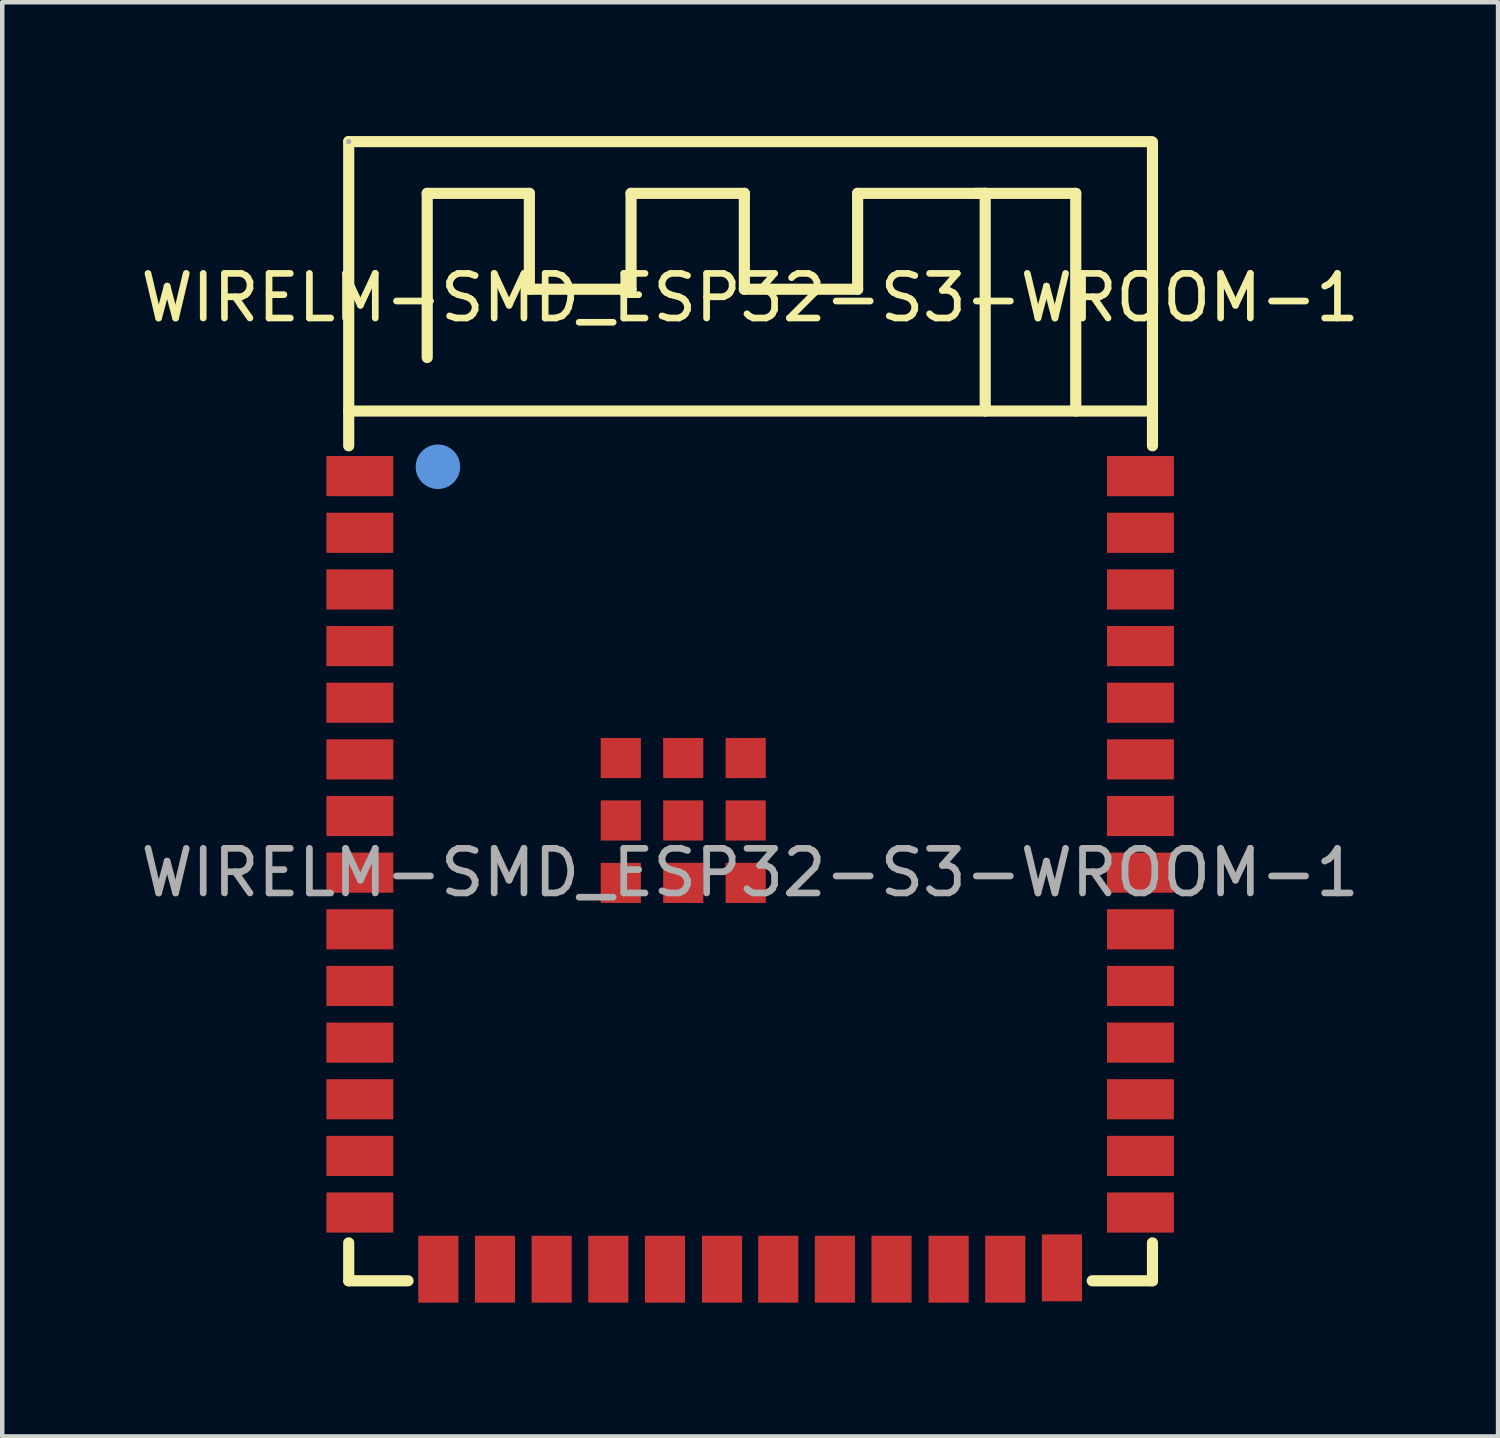
<source format=kicad_pcb>
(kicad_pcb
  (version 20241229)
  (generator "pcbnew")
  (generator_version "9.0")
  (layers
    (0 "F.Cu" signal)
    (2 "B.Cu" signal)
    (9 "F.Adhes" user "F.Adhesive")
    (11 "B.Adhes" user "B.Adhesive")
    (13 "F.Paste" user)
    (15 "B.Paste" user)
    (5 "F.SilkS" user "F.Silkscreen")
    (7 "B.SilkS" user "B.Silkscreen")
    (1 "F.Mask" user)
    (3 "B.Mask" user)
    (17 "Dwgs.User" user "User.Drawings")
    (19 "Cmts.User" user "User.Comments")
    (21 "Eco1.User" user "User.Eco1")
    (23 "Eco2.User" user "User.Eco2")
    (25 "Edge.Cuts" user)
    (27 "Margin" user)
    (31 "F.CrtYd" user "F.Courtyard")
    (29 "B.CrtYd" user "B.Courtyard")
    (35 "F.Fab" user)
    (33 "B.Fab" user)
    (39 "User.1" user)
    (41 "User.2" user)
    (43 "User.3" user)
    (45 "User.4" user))
  (footprint "WIRELM-SMD_ESP32-S3-WROOM-1"
    (layer "F.Cu")
    (at 13.768 16.515)
    (property "Reference" "WIRELM-SMD_ESP32-S3-WROOM-1" (at 0 -12.89 0) (layer "F.SilkS") (effects (font (size 1 1) (thickness 0.15))))
    (attr smd)
    (fp_line (start -9 -16.39) (end -9 -9.57) (stroke (width 0.25) (type solid)) (layer "F.SilkS"))
    (fp_line (start -9 -10.35) (end 9.02 -10.35) (stroke (width 0.25) (type solid)) (layer "F.SilkS"))
    (fp_line (start -9 8.3) (end -9 9.15) (stroke (width 0.25) (type solid)) (layer "F.SilkS"))
    (fp_line (start -9 9.15) (end -7.67 9.15) (stroke (width 0.25) (type solid)) (layer "F.SilkS"))
    (fp_line (start -7.24 -15.23) (end -7.24 -11.55) (stroke (width 0.25) (type solid)) (layer "F.SilkS"))
    (fp_line (start -4.95 -15.23) (end -7.24 -15.23) (stroke (width 0.25) (type solid)) (layer "F.SilkS"))
    (fp_line (start -4.95 -13.08) (end -4.95 -15.23) (stroke (width 0.25) (type solid)) (layer "F.SilkS"))
    (fp_line (start -2.67 -15.23) (end -2.67 -13.08) (stroke (width 0.25) (type solid)) (layer "F.SilkS"))
    (fp_line (start -2.67 -13.08) (end -4.95 -13.08) (stroke (width 0.25) (type solid)) (layer "F.SilkS"))
    (fp_line (start -0.13 -15.23) (end -2.67 -15.23) (stroke (width 0.25) (type solid)) (layer "F.SilkS"))
    (fp_line (start -0.13 -13.08) (end -0.13 -15.23) (stroke (width 0.25) (type solid)) (layer "F.SilkS"))
    (fp_line (start 2.41 -15.23) (end 2.41 -13.08) (stroke (width 0.25) (type solid)) (layer "F.SilkS"))
    (fp_line (start 2.41 -13.08) (end -0.13 -13.08) (stroke (width 0.25) (type solid)) (layer "F.SilkS"))
    (fp_line (start 5.27 -15.23) (end 2.41 -15.23) (stroke (width 0.25) (type solid)) (layer "F.SilkS"))
    (fp_line (start 5.27 -10.35) (end 5.27 -15.23) (stroke (width 0.25) (type solid)) (layer "F.SilkS"))
    (fp_line (start 7.3 -15.23) (end 5.06 -15.23) (stroke (width 0.25) (type solid)) (layer "F.SilkS"))
    (fp_line (start 7.3 -10.35) (end 7.3 -15.23) (stroke (width 0.25) (type solid)) (layer "F.SilkS"))
    (fp_line (start 7.67 9.15) (end 9.02 9.15) (stroke (width 0.25) (type solid)) (layer "F.SilkS"))
    (fp_line (start 9 -16.39) (end -9 -16.39) (stroke (width 0.25) (type solid)) (layer "F.SilkS"))
    (fp_line (start 9.02 -9.57) (end 9.02 -16.38) (stroke (width 0.25) (type solid)) (layer "F.SilkS"))
    (fp_line (start 9.02 9.15) (end 9.02 8.3) (stroke (width 0.25) (type solid)) (layer "F.SilkS"))
    (fp_circle (center -7 -9.1) (end -6.75 -9.1) (stroke (width 0.5) (type solid)) (fill no) (layer "Cmts.User"))
    (fp_circle (center -9 -16.39) (end -8.97 -16.39) (stroke (width 0.06) (type solid)) (fill no) (layer "F.Fab"))
    (fp_text user "${REFERENCE}" (at 0 0 0) (layer "F.Fab") (effects (font (size 1 1) (thickness 0.15))))
    (pad "1" smd rect (at -8.75 -8.89) (size 1.5 0.9) (layers "F.Cu" "F.Mask" "F.Paste"))
    (pad "2" smd rect (at -8.75 -7.62) (size 1.5 0.9) (layers "F.Cu" "F.Mask" "F.Paste"))
    (pad "3" smd rect (at -8.75 -6.35) (size 1.5 0.9) (layers "F.Cu" "F.Mask" "F.Paste"))
    (pad "4" smd rect (at -8.75 -5.08) (size 1.5 0.9) (layers "F.Cu" "F.Mask" "F.Paste"))
    (pad "5" smd rect (at -8.75 -3.81) (size 1.5 0.9) (layers "F.Cu" "F.Mask" "F.Paste"))
    (pad "6" smd rect (at -8.75 -2.54) (size 1.5 0.9) (layers "F.Cu" "F.Mask" "F.Paste"))
    (pad "7" smd rect (at -8.75 -1.27) (size 1.5 0.9) (layers "F.Cu" "F.Mask" "F.Paste"))
    (pad "8" smd rect (at -8.75 0) (size 1.5 0.9) (layers "F.Cu" "F.Mask" "F.Paste"))
    (pad "9" smd rect (at -8.75 1.27) (size 1.5 0.9) (layers "F.Cu" "F.Mask" "F.Paste"))
    (pad "10" smd rect (at -8.75 2.54) (size 1.5 0.9) (layers "F.Cu" "F.Mask" "F.Paste"))
    (pad "11" smd rect (at -8.75 3.81) (size 1.5 0.9) (layers "F.Cu" "F.Mask" "F.Paste"))
    (pad "12" smd rect (at -8.75 5.08) (size 1.5 0.9) (layers "F.Cu" "F.Mask" "F.Paste"))
    (pad "13" smd rect (at -8.75 6.35) (size 1.5 0.9) (layers "F.Cu" "F.Mask" "F.Paste"))
    (pad "14" smd rect (at -8.75 7.62) (size 1.5 0.9) (layers "F.Cu" "F.Mask" "F.Paste"))
    (pad "15" smd rect (at -6.99 8.89 90) (size 1.5 0.9) (layers "F.Cu" "F.Mask" "F.Paste"))
    (pad "16" smd rect (at -5.72 8.89 90) (size 1.5 0.9) (layers "F.Cu" "F.Mask" "F.Paste"))
    (pad "17" smd rect (at -4.45 8.89 90) (size 1.5 0.9) (layers "F.Cu" "F.Mask" "F.Paste"))
    (pad "18" smd rect (at -3.18 8.89 90) (size 1.5 0.9) (layers "F.Cu" "F.Mask" "F.Paste"))
    (pad "19" smd rect (at -1.91 8.89 90) (size 1.5 0.9) (layers "F.Cu" "F.Mask" "F.Paste"))
    (pad "20" smd rect (at -0.63 8.89 90) (size 1.5 0.9) (layers "F.Cu" "F.Mask" "F.Paste"))
    (pad "21" smd rect (at 0.63 8.89 90) (size 1.5 0.9) (layers "F.Cu" "F.Mask" "F.Paste"))
    (pad "22" smd rect (at 1.9 8.89 90) (size 1.5 0.9) (layers "F.Cu" "F.Mask" "F.Paste"))
    (pad "23" smd rect (at 3.17 8.89 90) (size 1.5 0.9) (layers "F.Cu" "F.Mask" "F.Paste"))
    (pad "24" smd rect (at 4.45 8.89 90) (size 1.5 0.9) (layers "F.Cu" "F.Mask" "F.Paste"))
    (pad "25" smd rect (at 5.72 8.89 90) (size 1.5 0.9) (layers "F.Cu" "F.Mask" "F.Paste"))
    (pad "26" smd rect (at 6.99 8.86 90) (size 1.5 0.9) (layers "F.Cu" "F.Mask" "F.Paste"))
    (pad "27" smd rect (at 8.75 7.62 180) (size 1.5 0.9) (layers "F.Cu" "F.Mask" "F.Paste"))
    (pad "28" smd rect (at 8.75 6.35 180) (size 1.5 0.9) (layers "F.Cu" "F.Mask" "F.Paste"))
    (pad "29" smd rect (at 8.75 5.08 180) (size 1.5 0.9) (layers "F.Cu" "F.Mask" "F.Paste"))
    (pad "30" smd rect (at 8.75 3.81 180) (size 1.5 0.9) (layers "F.Cu" "F.Mask" "F.Paste"))
    (pad "31" smd rect (at 8.75 2.54 180) (size 1.5 0.9) (layers "F.Cu" "F.Mask" "F.Paste"))
    (pad "32" smd rect (at 8.75 1.27 180) (size 1.5 0.9) (layers "F.Cu" "F.Mask" "F.Paste"))
    (pad "33" smd rect (at 8.75 0 180) (size 1.5 0.9) (layers "F.Cu" "F.Mask" "F.Paste"))
    (pad "34" smd rect (at 8.75 -1.27 180) (size 1.5 0.9) (layers "F.Cu" "F.Mask" "F.Paste"))
    (pad "35" smd rect (at 8.75 -2.54 180) (size 1.5 0.9) (layers "F.Cu" "F.Mask" "F.Paste"))
    (pad "36" smd rect (at 8.75 -3.81 180) (size 1.5 0.9) (layers "F.Cu" "F.Mask" "F.Paste"))
    (pad "37" smd rect (at 8.75 -5.08 180) (size 1.5 0.9) (layers "F.Cu" "F.Mask" "F.Paste"))
    (pad "38" smd rect (at 8.75 -6.35 180) (size 1.5 0.9) (layers "F.Cu" "F.Mask" "F.Paste"))
    (pad "39" smd rect (at 8.75 -7.62 180) (size 1.5 0.9) (layers "F.Cu" "F.Mask" "F.Paste"))
    (pad "40" smd rect (at 8.75 -8.89 180) (size 1.5 0.9) (layers "F.Cu" "F.Mask" "F.Paste"))
    (pad "41" smd rect (at -2.9 -2.57 90) (size 0.9 0.9) (layers "F.Cu" "F.Mask" "F.Paste"))
    (pad "41" smd rect (at -2.9 -1.17 90) (size 0.9 0.9) (layers "F.Cu" "F.Mask" "F.Paste"))
    (pad "41" smd rect (at -2.9 0.23 90) (size 0.9 0.9) (layers "F.Cu" "F.Mask" "F.Paste"))
    (pad "41" smd rect (at -1.5 -2.57 90) (size 0.9 0.9) (layers "F.Cu" "F.Mask" "F.Paste"))
    (pad "41" smd rect (at -1.5 -1.17 90) (size 0.9 0.9) (layers "F.Cu" "F.Mask" "F.Paste"))
    (pad "41" smd rect (at -1.5 0.23 90) (size 0.9 0.9) (layers "F.Cu" "F.Mask" "F.Paste"))
    (pad "41" smd rect (at -0.1 -2.57 90) (size 0.9 0.9) (layers "F.Cu" "F.Mask" "F.Paste"))
    (pad "41" smd rect (at -0.1 -1.17 90) (size 0.9 0.9) (layers "F.Cu" "F.Mask" "F.Paste"))
    (pad "41" smd rect (at -0.1 0.23 90) (size 0.9 0.9) (layers "F.Cu" "F.Mask" "F.Paste")))
  (gr_rect
    (start -3 -3)
    (end 30.536 29.155)
    (stroke (width 0.1) (type default))
    (fill no)
    (layer "Edge.Cuts")))
</source>
